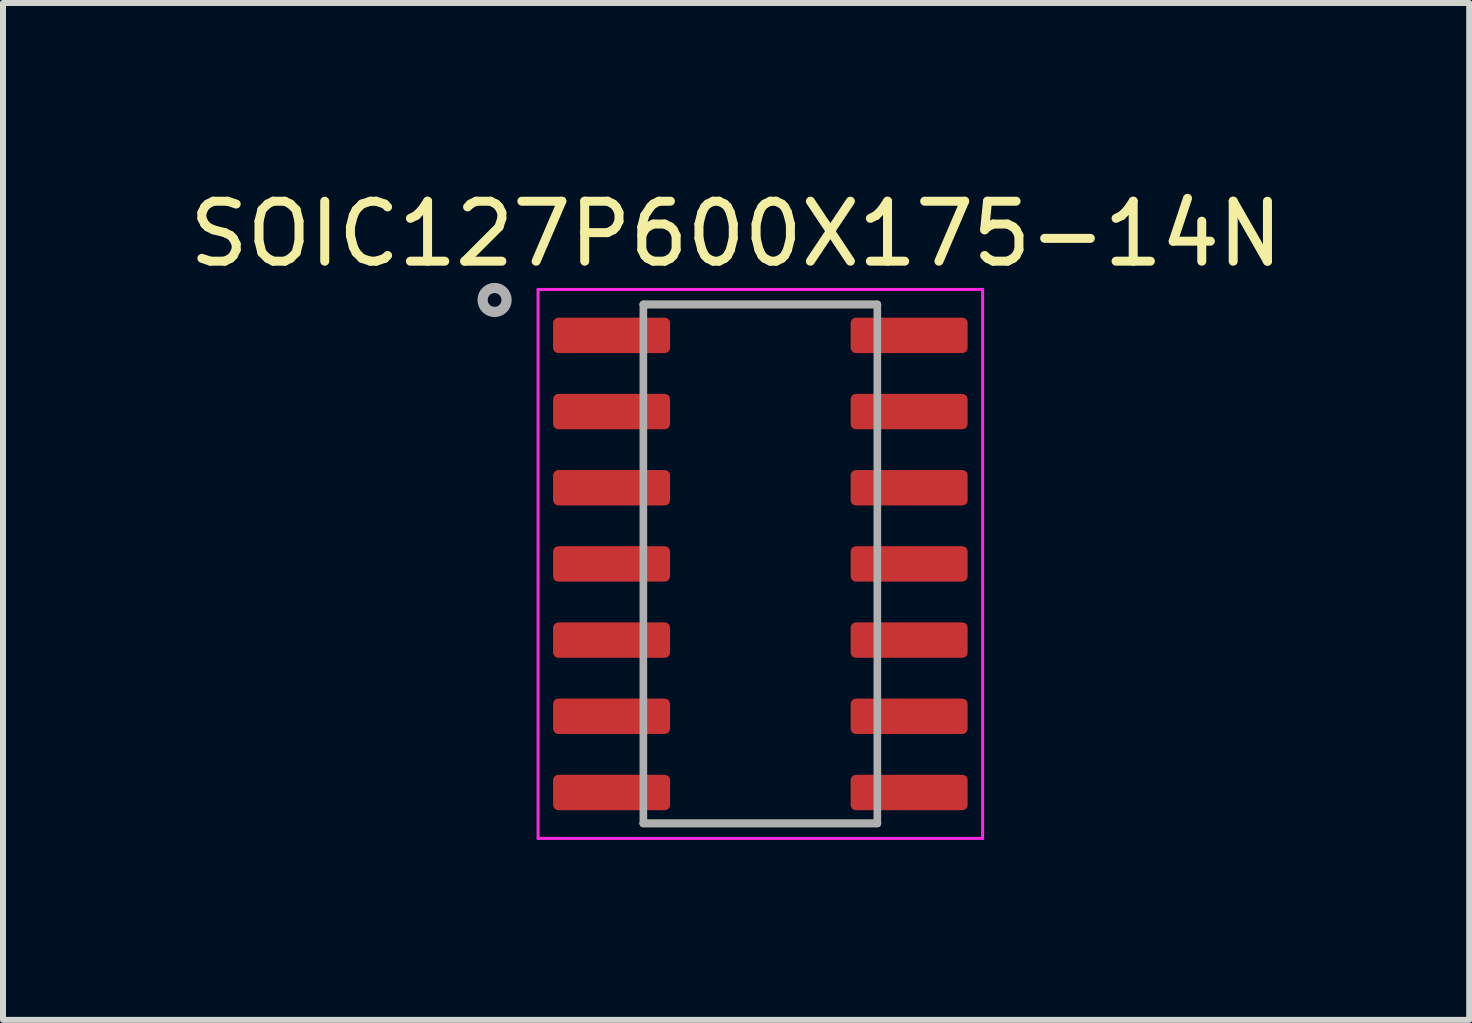
<source format=kicad_pcb>
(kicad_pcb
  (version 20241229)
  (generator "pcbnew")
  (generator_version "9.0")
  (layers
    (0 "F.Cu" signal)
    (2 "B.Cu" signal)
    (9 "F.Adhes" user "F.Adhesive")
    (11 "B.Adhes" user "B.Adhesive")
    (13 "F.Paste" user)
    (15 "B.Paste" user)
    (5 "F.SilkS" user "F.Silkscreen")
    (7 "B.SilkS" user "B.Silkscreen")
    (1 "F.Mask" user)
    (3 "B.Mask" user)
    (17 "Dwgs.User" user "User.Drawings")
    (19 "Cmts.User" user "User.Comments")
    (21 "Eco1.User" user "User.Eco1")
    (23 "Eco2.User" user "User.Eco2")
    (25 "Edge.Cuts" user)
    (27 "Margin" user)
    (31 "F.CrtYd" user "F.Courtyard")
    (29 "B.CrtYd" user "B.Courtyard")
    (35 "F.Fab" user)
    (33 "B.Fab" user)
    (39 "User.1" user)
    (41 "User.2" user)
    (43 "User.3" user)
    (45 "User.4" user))
  (footprint "SOIC127P600X175-14N"
    (layer "F.Cu")
    (at 9.624 6.35)
    (property "Reference" "SOIC127P600X175-14N" (at -0.404 -5.501 0) (layer "F.SilkS") (effects (font (size 1 1) (thickness 0.15))))
    (attr smd)
    (fp_line (start -1.95 -4.325) (end 1.95 -4.325) (stroke (width 0.127) (type solid)) (layer "F.SilkS"))
    (fp_line (start -1.95 4.325) (end 1.95 4.325) (stroke (width 0.127) (type solid)) (layer "F.SilkS"))
    (fp_circle (center -4.43 -4.4) (end -4.23 -4.4) (stroke (width 0.15) (type solid)) (fill no) (layer "F.SilkS"))
    (fp_line (start -3.705 -4.575) (end -3.705 4.575) (stroke (width 0.05) (type solid)) (layer "F.CrtYd"))
    (fp_line (start -3.705 -4.575) (end 3.705 -4.575) (stroke (width 0.05) (type solid)) (layer "F.CrtYd"))
    (fp_line (start -3.705 4.575) (end 3.705 4.575) (stroke (width 0.05) (type solid)) (layer "F.CrtYd"))
    (fp_line (start 3.705 -4.575) (end 3.705 4.575) (stroke (width 0.05) (type solid)) (layer "F.CrtYd"))
    (fp_line (start -1.95 -4.325) (end -1.95 4.325) (stroke (width 0.127) (type solid)) (layer "F.Fab"))
    (fp_line (start -1.95 -4.325) (end 1.95 -4.325) (stroke (width 0.127) (type solid)) (layer "F.Fab"))
    (fp_line (start -1.95 4.325) (end 1.95 4.325) (stroke (width 0.127) (type solid)) (layer "F.Fab"))
    (fp_line (start 1.95 -4.325) (end 1.95 4.325) (stroke (width 0.127) (type solid)) (layer "F.Fab"))
    (fp_circle (center -4.43 -4.4) (end -4.23 -4.4) (stroke (width 0.17) (type solid)) (fill no) (layer "F.Fab"))
    (pad "1" smd roundrect (at -2.48 -3.81) (size 1.95 0.59) (layers "F.Cu" "F.Mask" "F.Paste") (roundrect_rratio 0.15))
    (pad "2" smd roundrect (at -2.48 -2.54) (size 1.95 0.59) (layers "F.Cu" "F.Mask" "F.Paste") (roundrect_rratio 0.15))
    (pad "3" smd roundrect (at -2.48 -1.27) (size 1.95 0.59) (layers "F.Cu" "F.Mask" "F.Paste") (roundrect_rratio 0.15))
    (pad "4" smd roundrect (at -2.48 0) (size 1.95 0.59) (layers "F.Cu" "F.Mask" "F.Paste") (roundrect_rratio 0.15))
    (pad "5" smd roundrect (at -2.48 1.27) (size 1.95 0.59) (layers "F.Cu" "F.Mask" "F.Paste") (roundrect_rratio 0.15))
    (pad "6" smd roundrect (at -2.48 2.54) (size 1.95 0.59) (layers "F.Cu" "F.Mask" "F.Paste") (roundrect_rratio 0.15))
    (pad "7" smd roundrect (at -2.48 3.81) (size 1.95 0.59) (layers "F.Cu" "F.Mask" "F.Paste") (roundrect_rratio 0.15))
    (pad "8" smd roundrect (at 2.48 3.81) (size 1.95 0.59) (layers "F.Cu" "F.Mask" "F.Paste") (roundrect_rratio 0.15))
    (pad "9" smd roundrect (at 2.48 2.54) (size 1.95 0.59) (layers "F.Cu" "F.Mask" "F.Paste") (roundrect_rratio 0.15))
    (pad "10" smd roundrect (at 2.48 1.27) (size 1.95 0.59) (layers "F.Cu" "F.Mask" "F.Paste") (roundrect_rratio 0.15))
    (pad "11" smd roundrect (at 2.48 0) (size 1.95 0.59) (layers "F.Cu" "F.Mask" "F.Paste") (roundrect_rratio 0.15))
    (pad "12" smd roundrect (at 2.48 -1.27) (size 1.95 0.59) (layers "F.Cu" "F.Mask" "F.Paste") (roundrect_rratio 0.15))
    (pad "13" smd roundrect (at 2.48 -2.54) (size 1.95 0.59) (layers "F.Cu" "F.Mask" "F.Paste") (roundrect_rratio 0.15))
    (pad "14" smd roundrect (at 2.48 -3.81) (size 1.95 0.59) (layers "F.Cu" "F.Mask" "F.Paste") (roundrect_rratio 0.15)))
  (gr_rect
    (start -3 -3)
    (end 21.44 13.95)
    (stroke (width 0.1) (type default))
    (fill no)
    (layer "Edge.Cuts")))
</source>
